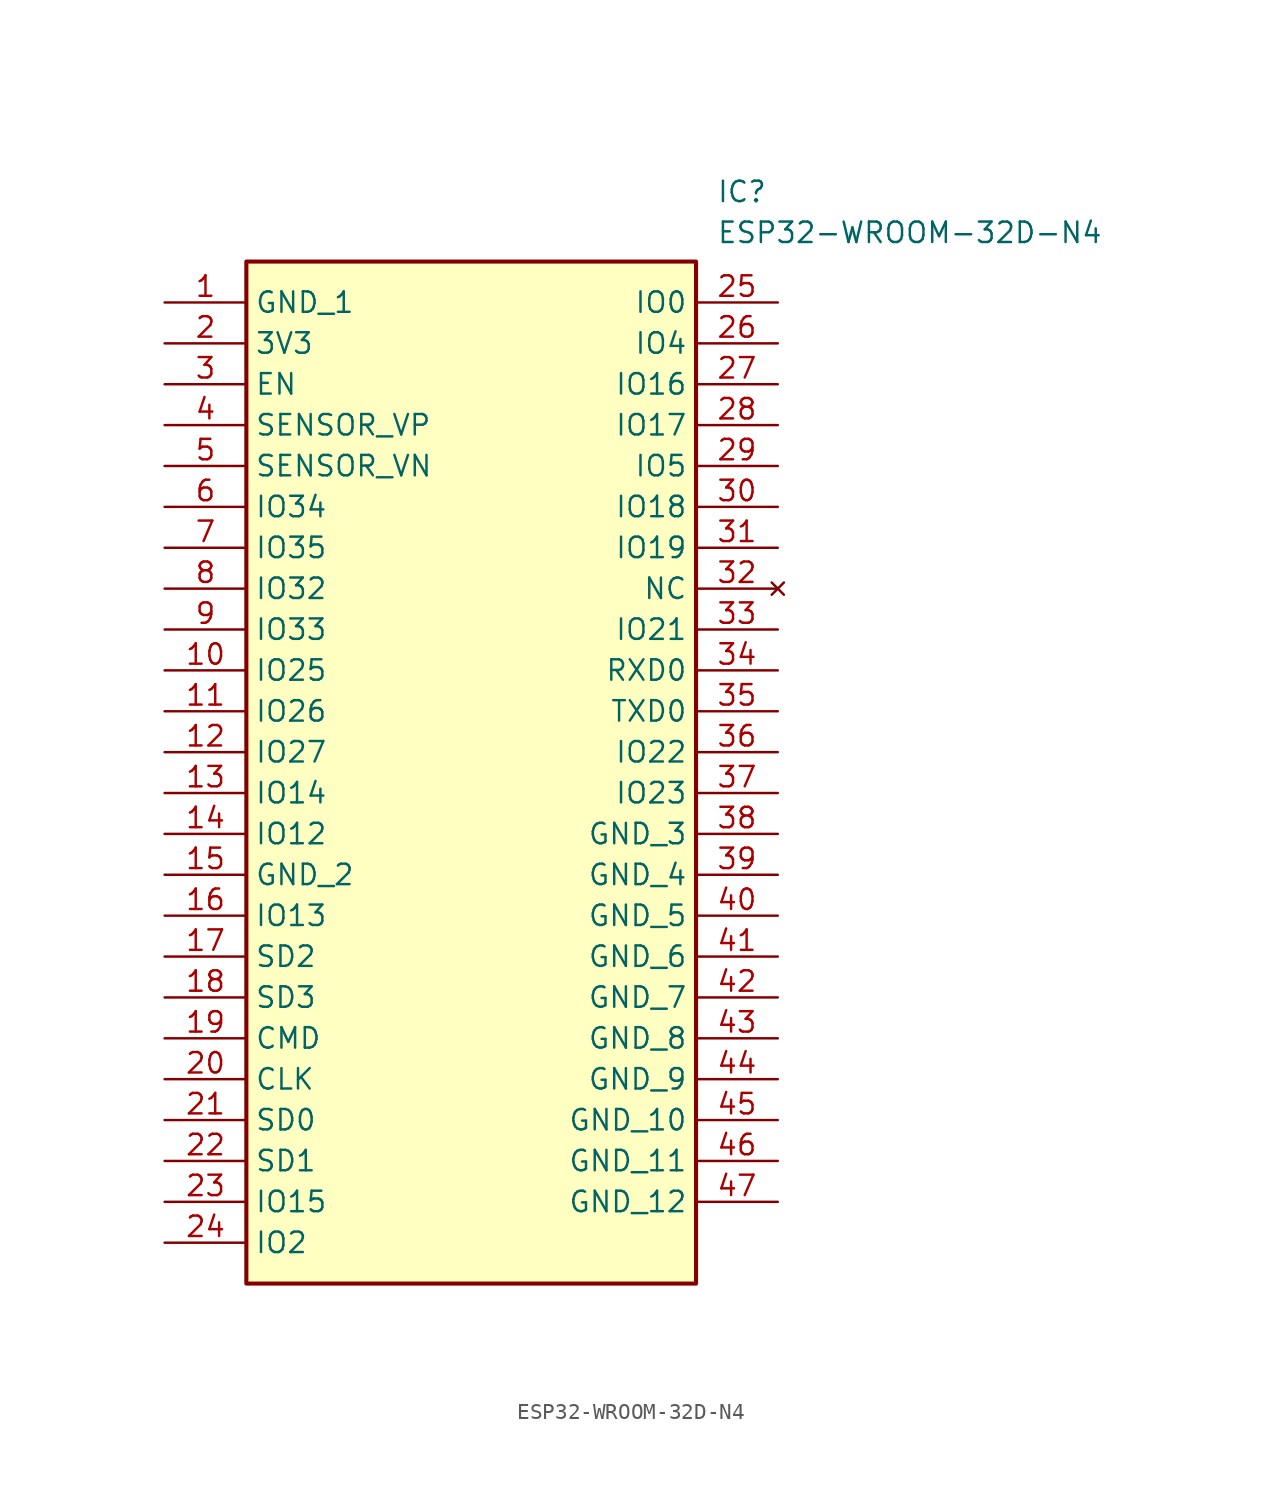
<source format=kicad_sym>
(kicad_symbol_lib
  (version 20220914)
  (generator kicad_symbol_editor)
  (symbol "ESP32-WROOM-32D-N4"
    (property "Reference" "IC"
      (at 34.29 7.62 0)
      (effects (font (size 1.27 1.27)) (justify left top)))
    (property "Value" "ESP32-WROOM-32D-N4"
      (at 34.29 5.08 0)
      (effects (font (size 1.27 1.27)) (justify left top)))
    (symbol "ESP32-WROOM-32D-N4_1_1"
      (rectangle (start 5.08 2.54) (end 33.02 -60.96) (stroke (width 0.254) (type default)) (fill (type background)))
      (pin passive line (at 0 0 0) (length 5.08) (name "GND_1" (effects (font (size 1.27 1.27)))) (number "1" (effects (font (size 1.27 1.27)))))
      (pin passive line (at 0 -22.86 0) (length 5.08) (name "IO25" (effects (font (size 1.27 1.27)))) (number "10" (effects (font (size 1.27 1.27)))))
      (pin passive line (at 0 -25.4 0) (length 5.08) (name "IO26" (effects (font (size 1.27 1.27)))) (number "11" (effects (font (size 1.27 1.27)))))
      (pin passive line (at 0 -27.94 0) (length 5.08) (name "IO27" (effects (font (size 1.27 1.27)))) (number "12" (effects (font (size 1.27 1.27)))))
      (pin passive line (at 0 -30.48 0) (length 5.08) (name "IO14" (effects (font (size 1.27 1.27)))) (number "13" (effects (font (size 1.27 1.27)))))
      (pin passive line (at 0 -33.02 0) (length 5.08) (name "IO12" (effects (font (size 1.27 1.27)))) (number "14" (effects (font (size 1.27 1.27)))))
      (pin passive line (at 0 -35.56 0) (length 5.08) (name "GND_2" (effects (font (size 1.27 1.27)))) (number "15" (effects (font (size 1.27 1.27)))))
      (pin passive line (at 0 -38.1 0) (length 5.08) (name "IO13" (effects (font (size 1.27 1.27)))) (number "16" (effects (font (size 1.27 1.27)))))
      (pin passive line (at 0 -40.64 0) (length 5.08) (name "SD2" (effects (font (size 1.27 1.27)))) (number "17" (effects (font (size 1.27 1.27)))))
      (pin passive line (at 0 -43.18 0) (length 5.08) (name "SD3" (effects (font (size 1.27 1.27)))) (number "18" (effects (font (size 1.27 1.27)))))
      (pin passive line (at 0 -45.72 0) (length 5.08) (name "CMD" (effects (font (size 1.27 1.27)))) (number "19" (effects (font (size 1.27 1.27)))))
      (pin passive line (at 0 -2.54 0) (length 5.08) (name "3V3" (effects (font (size 1.27 1.27)))) (number "2" (effects (font (size 1.27 1.27)))))
      (pin passive line (at 0 -48.26 0) (length 5.08) (name "CLK" (effects (font (size 1.27 1.27)))) (number "20" (effects (font (size 1.27 1.27)))))
      (pin passive line (at 0 -50.8 0) (length 5.08) (name "SD0" (effects (font (size 1.27 1.27)))) (number "21" (effects (font (size 1.27 1.27)))))
      (pin passive line (at 0 -53.34 0) (length 5.08) (name "SD1" (effects (font (size 1.27 1.27)))) (number "22" (effects (font (size 1.27 1.27)))))
      (pin passive line (at 0 -55.88 0) (length 5.08) (name "IO15" (effects (font (size 1.27 1.27)))) (number "23" (effects (font (size 1.27 1.27)))))
      (pin passive line (at 0 -58.42 0) (length 5.08) (name "IO2" (effects (font (size 1.27 1.27)))) (number "24" (effects (font (size 1.27 1.27)))))
      (pin passive line (at 38.1 0 180) (length 5.08) (name "IO0" (effects (font (size 1.27 1.27)))) (number "25" (effects (font (size 1.27 1.27)))))
      (pin passive line (at 38.1 -2.54 180) (length 5.08) (name "IO4" (effects (font (size 1.27 1.27)))) (number "26" (effects (font (size 1.27 1.27)))))
      (pin passive line (at 38.1 -5.08 180) (length 5.08) (name "IO16" (effects (font (size 1.27 1.27)))) (number "27" (effects (font (size 1.27 1.27)))))
      (pin passive line (at 38.1 -7.62 180) (length 5.08) (name "IO17" (effects (font (size 1.27 1.27)))) (number "28" (effects (font (size 1.27 1.27)))))
      (pin passive line (at 38.1 -10.16 180) (length 5.08) (name "IO5" (effects (font (size 1.27 1.27)))) (number "29" (effects (font (size 1.27 1.27)))))
      (pin passive line (at 0 -5.08 0) (length 5.08) (name "EN" (effects (font (size 1.27 1.27)))) (number "3" (effects (font (size 1.27 1.27)))))
      (pin passive line (at 38.1 -12.7 180) (length 5.08) (name "IO18" (effects (font (size 1.27 1.27)))) (number "30" (effects (font (size 1.27 1.27)))))
      (pin passive line (at 38.1 -15.24 180) (length 5.08) (name "IO19" (effects (font (size 1.27 1.27)))) (number "31" (effects (font (size 1.27 1.27)))))
      (pin no_connect line (at 38.1 -17.78 180) (length 5.08) (name "NC" (effects (font (size 1.27 1.27)))) (number "32" (effects (font (size 1.27 1.27)))))
      (pin passive line (at 38.1 -20.32 180) (length 5.08) (name "IO21" (effects (font (size 1.27 1.27)))) (number "33" (effects (font (size 1.27 1.27)))))
      (pin passive line (at 38.1 -22.86 180) (length 5.08) (name "RXD0" (effects (font (size 1.27 1.27)))) (number "34" (effects (font (size 1.27 1.27)))))
      (pin passive line (at 38.1 -25.4 180) (length 5.08) (name "TXD0" (effects (font (size 1.27 1.27)))) (number "35" (effects (font (size 1.27 1.27)))))
      (pin passive line (at 38.1 -27.94 180) (length 5.08) (name "IO22" (effects (font (size 1.27 1.27)))) (number "36" (effects (font (size 1.27 1.27)))))
      (pin passive line (at 38.1 -30.48 180) (length 5.08) (name "IO23" (effects (font (size 1.27 1.27)))) (number "37" (effects (font (size 1.27 1.27)))))
      (pin passive line (at 38.1 -33.02 180) (length 5.08) (name "GND_3" (effects (font (size 1.27 1.27)))) (number "38" (effects (font (size 1.27 1.27)))))
      (pin passive line (at 38.1 -35.56 180) (length 5.08) (name "GND_4" (effects (font (size 1.27 1.27)))) (number "39" (effects (font (size 1.27 1.27)))))
      (pin passive line (at 0 -7.62 0) (length 5.08) (name "SENSOR_VP" (effects (font (size 1.27 1.27)))) (number "4" (effects (font (size 1.27 1.27)))))
      (pin passive line (at 38.1 -38.1 180) (length 5.08) (name "GND_5" (effects (font (size 1.27 1.27)))) (number "40" (effects (font (size 1.27 1.27)))))
      (pin passive line (at 38.1 -40.64 180) (length 5.08) (name "GND_6" (effects (font (size 1.27 1.27)))) (number "41" (effects (font (size 1.27 1.27)))))
      (pin passive line (at 38.1 -43.18 180) (length 5.08) (name "GND_7" (effects (font (size 1.27 1.27)))) (number "42" (effects (font (size 1.27 1.27)))))
      (pin passive line (at 38.1 -45.72 180) (length 5.08) (name "GND_8" (effects (font (size 1.27 1.27)))) (number "43" (effects (font (size 1.27 1.27)))))
      (pin passive line (at 38.1 -48.26 180) (length 5.08) (name "GND_9" (effects (font (size 1.27 1.27)))) (number "44" (effects (font (size 1.27 1.27)))))
      (pin passive line (at 38.1 -50.8 180) (length 5.08) (name "GND_10" (effects (font (size 1.27 1.27)))) (number "45" (effects (font (size 1.27 1.27)))))
      (pin passive line (at 38.1 -53.34 180) (length 5.08) (name "GND_11" (effects (font (size 1.27 1.27)))) (number "46" (effects (font (size 1.27 1.27)))))
      (pin passive line (at 38.1 -55.88 180) (length 5.08) (name "GND_12" (effects (font (size 1.27 1.27)))) (number "47" (effects (font (size 1.27 1.27)))))
      (pin passive line (at 0 -10.16 0) (length 5.08) (name "SENSOR_VN" (effects (font (size 1.27 1.27)))) (number "5" (effects (font (size 1.27 1.27)))))
      (pin passive line (at 0 -12.7 0) (length 5.08) (name "IO34" (effects (font (size 1.27 1.27)))) (number "6" (effects (font (size 1.27 1.27)))))
      (pin passive line (at 0 -15.24 0) (length 5.08) (name "IO35" (effects (font (size 1.27 1.27)))) (number "7" (effects (font (size 1.27 1.27)))))
      (pin passive line (at 0 -17.78 0) (length 5.08) (name "IO32" (effects (font (size 1.27 1.27)))) (number "8" (effects (font (size 1.27 1.27)))))
      (pin passive line (at 0 -20.32 0) (length 5.08) (name "IO33" (effects (font (size 1.27 1.27)))) (number "9" (effects (font (size 1.27 1.27))))))))
</source>
